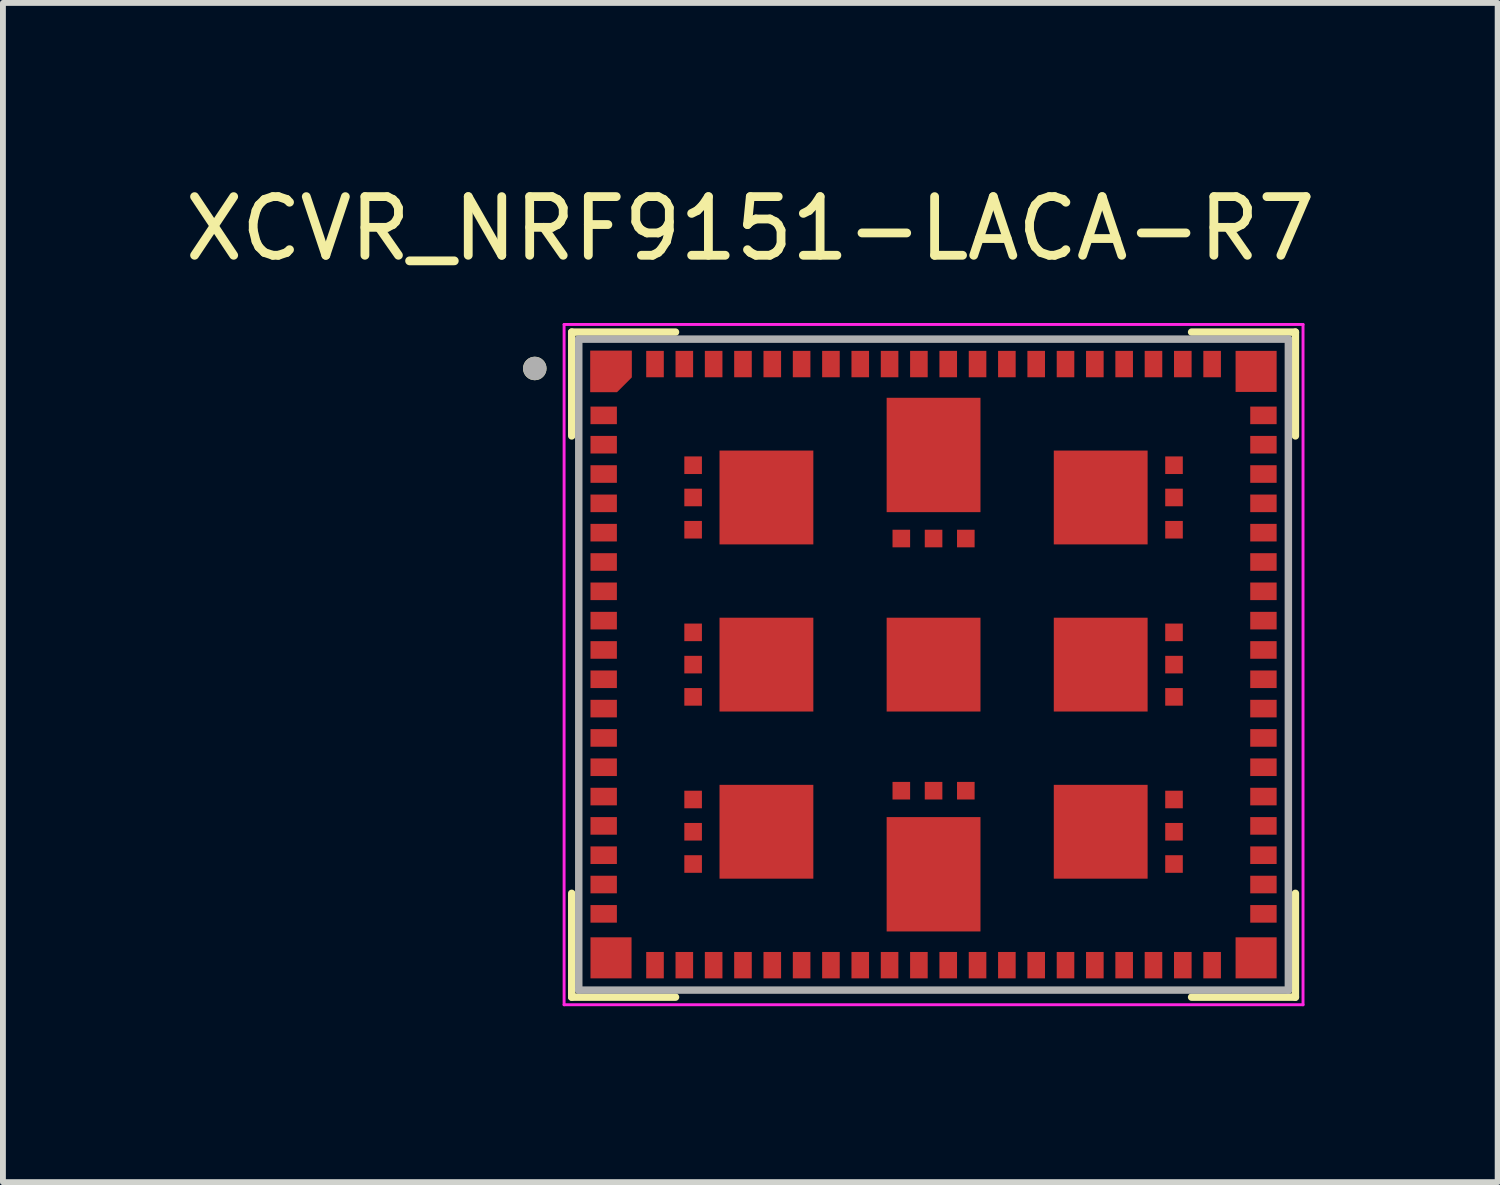
<source format=kicad_pcb>
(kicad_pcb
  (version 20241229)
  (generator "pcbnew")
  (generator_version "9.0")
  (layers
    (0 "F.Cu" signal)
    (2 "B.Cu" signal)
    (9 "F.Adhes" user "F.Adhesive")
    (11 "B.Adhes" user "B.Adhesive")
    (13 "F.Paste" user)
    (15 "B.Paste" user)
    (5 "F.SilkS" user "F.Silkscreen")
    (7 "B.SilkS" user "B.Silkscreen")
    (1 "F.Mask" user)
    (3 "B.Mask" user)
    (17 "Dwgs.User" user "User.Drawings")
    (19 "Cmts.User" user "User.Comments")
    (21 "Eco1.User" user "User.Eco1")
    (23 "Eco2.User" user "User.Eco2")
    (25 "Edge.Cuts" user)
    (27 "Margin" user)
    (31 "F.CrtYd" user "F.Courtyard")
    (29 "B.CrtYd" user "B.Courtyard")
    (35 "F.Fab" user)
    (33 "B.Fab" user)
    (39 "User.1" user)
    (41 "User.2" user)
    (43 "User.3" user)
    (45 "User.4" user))
  (footprint "XCVR_NRF9151-LACA-R7"
    (layer "F.Cu")
    (at 12.869 8.283)
    (property "Reference" "XCVR_NRF9151-LACA-R7" (at -3.125 -7.435 0) (layer "F.SilkS") (effects (font (size 1 1) (thickness 0.15))))
    (attr smd)
    (fp_poly (pts (xy -5.9 -4.45) (xy -5.35 -4.45) (xy -5.35 -4.05) (xy -5.9 -4.05)) (stroke (width 0.01) (type solid)) (fill yes) (layer "F.Mask"))
    (fp_poly (pts (xy -5.9 -3.95) (xy -5.35 -3.95) (xy -5.35 -3.55) (xy -5.9 -3.55)) (stroke (width 0.01) (type solid)) (fill yes) (layer "F.Mask"))
    (fp_poly (pts (xy -5.9 -3.45) (xy -5.35 -3.45) (xy -5.35 -3.05) (xy -5.9 -3.05)) (stroke (width 0.01) (type solid)) (fill yes) (layer "F.Mask"))
    (fp_poly (pts (xy -5.9 -2.95) (xy -5.35 -2.95) (xy -5.35 -2.55) (xy -5.9 -2.55)) (stroke (width 0.01) (type solid)) (fill yes) (layer "F.Mask"))
    (fp_poly (pts (xy -5.9 -2.45) (xy -5.35 -2.45) (xy -5.35 -2.05) (xy -5.9 -2.05)) (stroke (width 0.01) (type solid)) (fill yes) (layer "F.Mask"))
    (fp_poly (pts (xy -5.9 -1.95) (xy -5.35 -1.95) (xy -5.35 -1.55) (xy -5.9 -1.55)) (stroke (width 0.01) (type solid)) (fill yes) (layer "F.Mask"))
    (fp_poly (pts (xy -5.9 -1.45) (xy -5.35 -1.45) (xy -5.35 -1.05) (xy -5.9 -1.05)) (stroke (width 0.01) (type solid)) (fill yes) (layer "F.Mask"))
    (fp_poly (pts (xy -5.9 -0.95) (xy -5.35 -0.95) (xy -5.35 -0.55) (xy -5.9 -0.55)) (stroke (width 0.01) (type solid)) (fill yes) (layer "F.Mask"))
    (fp_poly (pts (xy -5.9 -0.45) (xy -5.35 -0.45) (xy -5.35 -0.05) (xy -5.9 -0.05)) (stroke (width 0.01) (type solid)) (fill yes) (layer "F.Mask"))
    (fp_poly (pts (xy -5.9 0.05) (xy -5.35 0.05) (xy -5.35 0.45) (xy -5.9 0.45)) (stroke (width 0.01) (type solid)) (fill yes) (layer "F.Mask"))
    (fp_poly (pts (xy -5.9 0.55) (xy -5.35 0.55) (xy -5.35 0.95) (xy -5.9 0.95)) (stroke (width 0.01) (type solid)) (fill yes) (layer "F.Mask"))
    (fp_poly (pts (xy -5.9 1.05) (xy -5.35 1.05) (xy -5.35 1.45) (xy -5.9 1.45)) (stroke (width 0.01) (type solid)) (fill yes) (layer "F.Mask"))
    (fp_poly (pts (xy -5.9 1.55) (xy -5.35 1.55) (xy -5.35 1.95) (xy -5.9 1.95)) (stroke (width 0.01) (type solid)) (fill yes) (layer "F.Mask"))
    (fp_poly (pts (xy -5.9 2.05) (xy -5.35 2.05) (xy -5.35 2.45) (xy -5.9 2.45)) (stroke (width 0.01) (type solid)) (fill yes) (layer "F.Mask"))
    (fp_poly (pts (xy -5.9 2.55) (xy -5.35 2.55) (xy -5.35 2.95) (xy -5.9 2.95)) (stroke (width 0.01) (type solid)) (fill yes) (layer "F.Mask"))
    (fp_poly (pts (xy -5.9 3.05) (xy -5.35 3.05) (xy -5.35 3.45) (xy -5.9 3.45)) (stroke (width 0.01) (type solid)) (fill yes) (layer "F.Mask"))
    (fp_poly (pts (xy -5.9 3.55) (xy -5.35 3.55) (xy -5.35 3.95) (xy -5.9 3.95)) (stroke (width 0.01) (type solid)) (fill yes) (layer "F.Mask"))
    (fp_poly (pts (xy -5.9 4.05) (xy -5.35 4.05) (xy -5.35 4.45) (xy -5.9 4.45)) (stroke (width 0.01) (type solid)) (fill yes) (layer "F.Mask"))
    (fp_poly (pts (xy -5.9 4.6) (xy -5.1 4.6) (xy -5.1 5.4) (xy -5.9 5.4)) (stroke (width 0.01) (type solid)) (fill yes) (layer "F.Mask"))
    (fp_poly (pts (xy -4.95 -5.4) (xy -4.55 -5.4) (xy -4.55 -4.85) (xy -4.95 -4.85)) (stroke (width 0.01) (type solid)) (fill yes) (layer "F.Mask"))
    (fp_poly (pts (xy -4.95 4.85) (xy -4.55 4.85) (xy -4.55 5.4) (xy -4.95 5.4)) (stroke (width 0.01) (type solid)) (fill yes) (layer "F.Mask"))
    (fp_poly (pts (xy -4.45 -5.4) (xy -4.05 -5.4) (xy -4.05 -4.85) (xy -4.45 -4.85)) (stroke (width 0.01) (type solid)) (fill yes) (layer "F.Mask"))
    (fp_poly (pts (xy -4.45 4.85) (xy -4.05 4.85) (xy -4.05 5.4) (xy -4.45 5.4)) (stroke (width 0.01) (type solid)) (fill yes) (layer "F.Mask"))
    (fp_poly (pts (xy -4.3 -3.6) (xy -3.9 -3.6) (xy -3.9 -3.2) (xy -4.3 -3.2)) (stroke (width 0.01) (type solid)) (fill yes) (layer "F.Mask"))
    (fp_poly (pts (xy -4.3 -3.05) (xy -3.9 -3.05) (xy -3.9 -2.65) (xy -4.3 -2.65)) (stroke (width 0.01) (type solid)) (fill yes) (layer "F.Mask"))
    (fp_poly (pts (xy -4.3 -2.5) (xy -3.9 -2.5) (xy -3.9 -2.1) (xy -4.3 -2.1)) (stroke (width 0.01) (type solid)) (fill yes) (layer "F.Mask"))
    (fp_poly (pts (xy -4.3 -0.75) (xy -3.9 -0.75) (xy -3.9 -0.35) (xy -4.3 -0.35)) (stroke (width 0.01) (type solid)) (fill yes) (layer "F.Mask"))
    (fp_poly (pts (xy -4.3 -0.2) (xy -3.9 -0.2) (xy -3.9 0.2) (xy -4.3 0.2)) (stroke (width 0.01) (type solid)) (fill yes) (layer "F.Mask"))
    (fp_poly (pts (xy -4.3 0.35) (xy -3.9 0.35) (xy -3.9 0.75) (xy -4.3 0.75)) (stroke (width 0.01) (type solid)) (fill yes) (layer "F.Mask"))
    (fp_poly (pts (xy -4.3 2.1) (xy -3.9 2.1) (xy -3.9 2.5) (xy -4.3 2.5)) (stroke (width 0.01) (type solid)) (fill yes) (layer "F.Mask"))
    (fp_poly (pts (xy -4.3 2.65) (xy -3.9 2.65) (xy -3.9 3.05) (xy -4.3 3.05)) (stroke (width 0.01) (type solid)) (fill yes) (layer "F.Mask"))
    (fp_poly (pts (xy -4.3 3.2) (xy -3.9 3.2) (xy -3.9 3.6) (xy -4.3 3.6)) (stroke (width 0.01) (type solid)) (fill yes) (layer "F.Mask"))
    (fp_poly (pts (xy -3.95 -5.4) (xy -3.55 -5.4) (xy -3.55 -4.85) (xy -3.95 -4.85)) (stroke (width 0.01) (type solid)) (fill yes) (layer "F.Mask"))
    (fp_poly (pts (xy -3.95 4.85) (xy -3.55 4.85) (xy -3.55 5.4) (xy -3.95 5.4)) (stroke (width 0.01) (type solid)) (fill yes) (layer "F.Mask"))
    (fp_poly (pts (xy -3.7 -3.7) (xy -2 -3.7) (xy -2 -2) (xy -3.7 -2)) (stroke (width 0.01) (type solid)) (fill yes) (layer "F.Mask"))
    (fp_poly (pts (xy -3.7 -0.85) (xy -2 -0.85) (xy -2 0.85) (xy -3.7 0.85)) (stroke (width 0.01) (type solid)) (fill yes) (layer "F.Mask"))
    (fp_poly (pts (xy -3.7 2) (xy -2 2) (xy -2 3.7) (xy -3.7 3.7)) (stroke (width 0.01) (type solid)) (fill yes) (layer "F.Mask"))
    (fp_poly (pts (xy -3.45 -5.4) (xy -3.05 -5.4) (xy -3.05 -4.85) (xy -3.45 -4.85)) (stroke (width 0.01) (type solid)) (fill yes) (layer "F.Mask"))
    (fp_poly (pts (xy -3.45 4.85) (xy -3.05 4.85) (xy -3.05 5.4) (xy -3.45 5.4)) (stroke (width 0.01) (type solid)) (fill yes) (layer "F.Mask"))
    (fp_poly (pts (xy -2.95 -5.4) (xy -2.55 -5.4) (xy -2.55 -4.85) (xy -2.95 -4.85)) (stroke (width 0.01) (type solid)) (fill yes) (layer "F.Mask"))
    (fp_poly (pts (xy -2.95 4.85) (xy -2.55 4.85) (xy -2.55 5.4) (xy -2.95 5.4)) (stroke (width 0.01) (type solid)) (fill yes) (layer "F.Mask"))
    (fp_poly (pts (xy -2.45 -5.4) (xy -2.05 -5.4) (xy -2.05 -4.85) (xy -2.45 -4.85)) (stroke (width 0.01) (type solid)) (fill yes) (layer "F.Mask"))
    (fp_poly (pts (xy -2.45 4.85) (xy -2.05 4.85) (xy -2.05 5.4) (xy -2.45 5.4)) (stroke (width 0.01) (type solid)) (fill yes) (layer "F.Mask"))
    (fp_poly (pts (xy -1.95 -5.4) (xy -1.55 -5.4) (xy -1.55 -4.85) (xy -1.95 -4.85)) (stroke (width 0.01) (type solid)) (fill yes) (layer "F.Mask"))
    (fp_poly (pts (xy -1.95 4.85) (xy -1.55 4.85) (xy -1.55 5.4) (xy -1.95 5.4)) (stroke (width 0.01) (type solid)) (fill yes) (layer "F.Mask"))
    (fp_poly (pts (xy -1.45 -5.4) (xy -1.05 -5.4) (xy -1.05 -4.85) (xy -1.45 -4.85)) (stroke (width 0.01) (type solid)) (fill yes) (layer "F.Mask"))
    (fp_poly (pts (xy -1.45 4.85) (xy -1.05 4.85) (xy -1.05 5.4) (xy -1.45 5.4)) (stroke (width 0.01) (type solid)) (fill yes) (layer "F.Mask"))
    (fp_poly (pts (xy -0.95 -5.4) (xy -0.55 -5.4) (xy -0.55 -4.85) (xy -0.95 -4.85)) (stroke (width 0.01) (type solid)) (fill yes) (layer "F.Mask"))
    (fp_poly (pts (xy -0.95 4.85) (xy -0.55 4.85) (xy -0.55 5.4) (xy -0.95 5.4)) (stroke (width 0.01) (type solid)) (fill yes) (layer "F.Mask"))
    (fp_poly (pts (xy -0.85 -4.6) (xy 0.85 -4.6) (xy 0.85 -2.55) (xy -0.85 -2.55)) (stroke (width 0.01) (type solid)) (fill yes) (layer "F.Mask"))
    (fp_poly (pts (xy -0.85 -0.85) (xy 0.85 -0.85) (xy 0.85 0.85) (xy -0.85 0.85)) (stroke (width 0.01) (type solid)) (fill yes) (layer "F.Mask"))
    (fp_poly (pts (xy -0.85 2.55) (xy 0.85 2.55) (xy 0.85 4.6) (xy -0.85 4.6)) (stroke (width 0.01) (type solid)) (fill yes) (layer "F.Mask"))
    (fp_poly (pts (xy -0.75 -2.35) (xy -0.35 -2.35) (xy -0.35 -1.95) (xy -0.75 -1.95)) (stroke (width 0.01) (type solid)) (fill yes) (layer "F.Mask"))
    (fp_poly (pts (xy -0.75 1.95) (xy -0.35 1.95) (xy -0.35 2.35) (xy -0.75 2.35)) (stroke (width 0.01) (type solid)) (fill yes) (layer "F.Mask"))
    (fp_poly (pts (xy -0.45 -5.4) (xy -0.05 -5.4) (xy -0.05 -4.85) (xy -0.45 -4.85)) (stroke (width 0.01) (type solid)) (fill yes) (layer "F.Mask"))
    (fp_poly (pts (xy -0.45 4.85) (xy -0.05 4.85) (xy -0.05 5.4) (xy -0.45 5.4)) (stroke (width 0.01) (type solid)) (fill yes) (layer "F.Mask"))
    (fp_poly (pts (xy -0.2 -2.35) (xy 0.2 -2.35) (xy 0.2 -1.95) (xy -0.2 -1.95)) (stroke (width 0.01) (type solid)) (fill yes) (layer "F.Mask"))
    (fp_poly (pts (xy -0.2 1.95) (xy 0.2 1.95) (xy 0.2 2.35) (xy -0.2 2.35)) (stroke (width 0.01) (type solid)) (fill yes) (layer "F.Mask"))
    (fp_poly (pts (xy 0.05 -5.4) (xy 0.45 -5.4) (xy 0.45 -4.85) (xy 0.05 -4.85)) (stroke (width 0.01) (type solid)) (fill yes) (layer "F.Mask"))
    (fp_poly (pts (xy 0.05 4.85) (xy 0.45 4.85) (xy 0.45 5.4) (xy 0.05 5.4)) (stroke (width 0.01) (type solid)) (fill yes) (layer "F.Mask"))
    (fp_poly (pts (xy 0.35 -2.35) (xy 0.75 -2.35) (xy 0.75 -1.95) (xy 0.35 -1.95)) (stroke (width 0.01) (type solid)) (fill yes) (layer "F.Mask"))
    (fp_poly (pts (xy 0.35 1.95) (xy 0.75 1.95) (xy 0.75 2.35) (xy 0.35 2.35)) (stroke (width 0.01) (type solid)) (fill yes) (layer "F.Mask"))
    (fp_poly (pts (xy 0.55 -5.4) (xy 0.95 -5.4) (xy 0.95 -4.85) (xy 0.55 -4.85)) (stroke (width 0.01) (type solid)) (fill yes) (layer "F.Mask"))
    (fp_poly (pts (xy 0.55 4.85) (xy 0.95 4.85) (xy 0.95 5.4) (xy 0.55 5.4)) (stroke (width 0.01) (type solid)) (fill yes) (layer "F.Mask"))
    (fp_poly (pts (xy 1.05 -5.4) (xy 1.45 -5.4) (xy 1.45 -4.85) (xy 1.05 -4.85)) (stroke (width 0.01) (type solid)) (fill yes) (layer "F.Mask"))
    (fp_poly (pts (xy 1.05 4.85) (xy 1.45 4.85) (xy 1.45 5.4) (xy 1.05 5.4)) (stroke (width 0.01) (type solid)) (fill yes) (layer "F.Mask"))
    (fp_poly (pts (xy 1.55 -5.4) (xy 1.95 -5.4) (xy 1.95 -4.85) (xy 1.55 -4.85)) (stroke (width 0.01) (type solid)) (fill yes) (layer "F.Mask"))
    (fp_poly (pts (xy 1.55 4.85) (xy 1.95 4.85) (xy 1.95 5.4) (xy 1.55 5.4)) (stroke (width 0.01) (type solid)) (fill yes) (layer "F.Mask"))
    (fp_poly (pts (xy 2 -3.7) (xy 3.7 -3.7) (xy 3.7 -2) (xy 2 -2)) (stroke (width 0.01) (type solid)) (fill yes) (layer "F.Mask"))
    (fp_poly (pts (xy 2 -0.85) (xy 3.7 -0.85) (xy 3.7 0.85) (xy 2 0.85)) (stroke (width 0.01) (type solid)) (fill yes) (layer "F.Mask"))
    (fp_poly (pts (xy 2 2) (xy 3.7 2) (xy 3.7 3.7) (xy 2 3.7)) (stroke (width 0.01) (type solid)) (fill yes) (layer "F.Mask"))
    (fp_poly (pts (xy 2.05 -5.4) (xy 2.45 -5.4) (xy 2.45 -4.85) (xy 2.05 -4.85)) (stroke (width 0.01) (type solid)) (fill yes) (layer "F.Mask"))
    (fp_poly (pts (xy 2.05 4.85) (xy 2.45 4.85) (xy 2.45 5.4) (xy 2.05 5.4)) (stroke (width 0.01) (type solid)) (fill yes) (layer "F.Mask"))
    (fp_poly (pts (xy 2.55 -5.4) (xy 2.95 -5.4) (xy 2.95 -4.85) (xy 2.55 -4.85)) (stroke (width 0.01) (type solid)) (fill yes) (layer "F.Mask"))
    (fp_poly (pts (xy 2.55 4.85) (xy 2.95 4.85) (xy 2.95 5.4) (xy 2.55 5.4)) (stroke (width 0.01) (type solid)) (fill yes) (layer "F.Mask"))
    (fp_poly (pts (xy 3.05 -5.4) (xy 3.45 -5.4) (xy 3.45 -4.85) (xy 3.05 -4.85)) (stroke (width 0.01) (type solid)) (fill yes) (layer "F.Mask"))
    (fp_poly (pts (xy 3.05 4.85) (xy 3.45 4.85) (xy 3.45 5.4) (xy 3.05 5.4)) (stroke (width 0.01) (type solid)) (fill yes) (layer "F.Mask"))
    (fp_poly (pts (xy 3.55 -5.4) (xy 3.95 -5.4) (xy 3.95 -4.85) (xy 3.55 -4.85)) (stroke (width 0.01) (type solid)) (fill yes) (layer "F.Mask"))
    (fp_poly (pts (xy 3.55 4.85) (xy 3.95 4.85) (xy 3.95 5.4) (xy 3.55 5.4)) (stroke (width 0.01) (type solid)) (fill yes) (layer "F.Mask"))
    (fp_poly (pts (xy 3.9 -3.6) (xy 4.3 -3.6) (xy 4.3 -3.2) (xy 3.9 -3.2)) (stroke (width 0.01) (type solid)) (fill yes) (layer "F.Mask"))
    (fp_poly (pts (xy 3.9 -3.05) (xy 4.3 -3.05) (xy 4.3 -2.65) (xy 3.9 -2.65)) (stroke (width 0.01) (type solid)) (fill yes) (layer "F.Mask"))
    (fp_poly (pts (xy 3.9 -2.5) (xy 4.3 -2.5) (xy 4.3 -2.1) (xy 3.9 -2.1)) (stroke (width 0.01) (type solid)) (fill yes) (layer "F.Mask"))
    (fp_poly (pts (xy 3.9 -0.75) (xy 4.3 -0.75) (xy 4.3 -0.35) (xy 3.9 -0.35)) (stroke (width 0.01) (type solid)) (fill yes) (layer "F.Mask"))
    (fp_poly (pts (xy 3.9 -0.2) (xy 4.3 -0.2) (xy 4.3 0.2) (xy 3.9 0.2)) (stroke (width 0.01) (type solid)) (fill yes) (layer "F.Mask"))
    (fp_poly (pts (xy 3.9 0.35) (xy 4.3 0.35) (xy 4.3 0.75) (xy 3.9 0.75)) (stroke (width 0.01) (type solid)) (fill yes) (layer "F.Mask"))
    (fp_poly (pts (xy 3.9 2.1) (xy 4.3 2.1) (xy 4.3 2.5) (xy 3.9 2.5)) (stroke (width 0.01) (type solid)) (fill yes) (layer "F.Mask"))
    (fp_poly (pts (xy 3.9 2.65) (xy 4.3 2.65) (xy 4.3 3.05) (xy 3.9 3.05)) (stroke (width 0.01) (type solid)) (fill yes) (layer "F.Mask"))
    (fp_poly (pts (xy 3.9 3.2) (xy 4.3 3.2) (xy 4.3 3.6) (xy 3.9 3.6)) (stroke (width 0.01) (type solid)) (fill yes) (layer "F.Mask"))
    (fp_poly (pts (xy 4.05 -5.4) (xy 4.45 -5.4) (xy 4.45 -4.85) (xy 4.05 -4.85)) (stroke (width 0.01) (type solid)) (fill yes) (layer "F.Mask"))
    (fp_poly (pts (xy 4.05 4.85) (xy 4.45 4.85) (xy 4.45 5.4) (xy 4.05 5.4)) (stroke (width 0.01) (type solid)) (fill yes) (layer "F.Mask"))
    (fp_poly (pts (xy 4.55 -5.4) (xy 4.95 -5.4) (xy 4.95 -4.85) (xy 4.55 -4.85)) (stroke (width 0.01) (type solid)) (fill yes) (layer "F.Mask"))
    (fp_poly (pts (xy 4.55 4.85) (xy 4.95 4.85) (xy 4.95 5.4) (xy 4.55 5.4)) (stroke (width 0.01) (type solid)) (fill yes) (layer "F.Mask"))
    (fp_poly (pts (xy 5.1 -5.4) (xy 5.9 -5.4) (xy 5.9 -4.6) (xy 5.1 -4.6)) (stroke (width 0.01) (type solid)) (fill yes) (layer "F.Mask"))
    (fp_poly (pts (xy 5.1 4.6) (xy 5.9 4.6) (xy 5.9 5.4) (xy 5.1 5.4)) (stroke (width 0.01) (type solid)) (fill yes) (layer "F.Mask"))
    (fp_poly (pts (xy 5.35 -4.45) (xy 5.9 -4.45) (xy 5.9 -4.05) (xy 5.35 -4.05)) (stroke (width 0.01) (type solid)) (fill yes) (layer "F.Mask"))
    (fp_poly (pts (xy 5.35 -3.95) (xy 5.9 -3.95) (xy 5.9 -3.55) (xy 5.35 -3.55)) (stroke (width 0.01) (type solid)) (fill yes) (layer "F.Mask"))
    (fp_poly (pts (xy 5.35 -3.45) (xy 5.9 -3.45) (xy 5.9 -3.05) (xy 5.35 -3.05)) (stroke (width 0.01) (type solid)) (fill yes) (layer "F.Mask"))
    (fp_poly (pts (xy 5.35 -2.95) (xy 5.9 -2.95) (xy 5.9 -2.55) (xy 5.35 -2.55)) (stroke (width 0.01) (type solid)) (fill yes) (layer "F.Mask"))
    (fp_poly (pts (xy 5.35 -2.45) (xy 5.9 -2.45) (xy 5.9 -2.05) (xy 5.35 -2.05)) (stroke (width 0.01) (type solid)) (fill yes) (layer "F.Mask"))
    (fp_poly (pts (xy 5.35 -1.95) (xy 5.9 -1.95) (xy 5.9 -1.55) (xy 5.35 -1.55)) (stroke (width 0.01) (type solid)) (fill yes) (layer "F.Mask"))
    (fp_poly (pts (xy 5.35 -1.45) (xy 5.9 -1.45) (xy 5.9 -1.05) (xy 5.35 -1.05)) (stroke (width 0.01) (type solid)) (fill yes) (layer "F.Mask"))
    (fp_poly (pts (xy 5.35 -0.95) (xy 5.9 -0.95) (xy 5.9 -0.55) (xy 5.35 -0.55)) (stroke (width 0.01) (type solid)) (fill yes) (layer "F.Mask"))
    (fp_poly (pts (xy 5.35 -0.45) (xy 5.9 -0.45) (xy 5.9 -0.05) (xy 5.35 -0.05)) (stroke (width 0.01) (type solid)) (fill yes) (layer "F.Mask"))
    (fp_poly (pts (xy 5.35 0.05) (xy 5.9 0.05) (xy 5.9 0.45) (xy 5.35 0.45)) (stroke (width 0.01) (type solid)) (fill yes) (layer "F.Mask"))
    (fp_poly (pts (xy 5.35 0.55) (xy 5.9 0.55) (xy 5.9 0.95) (xy 5.35 0.95)) (stroke (width 0.01) (type solid)) (fill yes) (layer "F.Mask"))
    (fp_poly (pts (xy 5.35 1.05) (xy 5.9 1.05) (xy 5.9 1.45) (xy 5.35 1.45)) (stroke (width 0.01) (type solid)) (fill yes) (layer "F.Mask"))
    (fp_poly (pts (xy 5.35 1.55) (xy 5.9 1.55) (xy 5.9 1.95) (xy 5.35 1.95)) (stroke (width 0.01) (type solid)) (fill yes) (layer "F.Mask"))
    (fp_poly (pts (xy 5.35 2.05) (xy 5.9 2.05) (xy 5.9 2.45) (xy 5.35 2.45)) (stroke (width 0.01) (type solid)) (fill yes) (layer "F.Mask"))
    (fp_poly (pts (xy 5.35 2.55) (xy 5.9 2.55) (xy 5.9 2.95) (xy 5.35 2.95)) (stroke (width 0.01) (type solid)) (fill yes) (layer "F.Mask"))
    (fp_poly (pts (xy 5.35 3.05) (xy 5.9 3.05) (xy 5.9 3.45) (xy 5.35 3.45)) (stroke (width 0.01) (type solid)) (fill yes) (layer "F.Mask"))
    (fp_poly (pts (xy 5.35 3.55) (xy 5.9 3.55) (xy 5.9 3.95) (xy 5.35 3.95)) (stroke (width 0.01) (type solid)) (fill yes) (layer "F.Mask"))
    (fp_poly (pts (xy 5.35 4.05) (xy 5.9 4.05) (xy 5.9 4.45) (xy 5.35 4.45)) (stroke (width 0.01) (type solid)) (fill yes) (layer "F.Mask"))
    (fp_poly (pts (xy -5.1 -5.4) (xy -5.9 -5.4) (xy -5.9 -4.6) (xy -5.378 -4.6) (xy -5.1 -4.878)) (stroke (width 0.01) (type solid)) (fill yes) (layer "F.Mask"))
    (fp_line (start -6.17 -5.67) (end -6.17 -3.9) (stroke (width 0.127) (type solid)) (layer "F.SilkS"))
    (fp_line (start -6.17 -5.67) (end -4.4 -5.67) (stroke (width 0.127) (type solid)) (layer "F.SilkS"))
    (fp_line (start -6.17 5.67) (end -6.17 3.9) (stroke (width 0.127) (type solid)) (layer "F.SilkS"))
    (fp_line (start -4.4 5.67) (end -6.17 5.67) (stroke (width 0.127) (type solid)) (layer "F.SilkS"))
    (fp_line (start 4.4 -5.67) (end 6.17 -5.67) (stroke (width 0.127) (type solid)) (layer "F.SilkS"))
    (fp_line (start 4.4 5.67) (end 6.17 5.67) (stroke (width 0.127) (type solid)) (layer "F.SilkS"))
    (fp_line (start 6.17 -5.67) (end 6.17 -3.9) (stroke (width 0.127) (type solid)) (layer "F.SilkS"))
    (fp_line (start 6.17 5.67) (end 6.17 3.9) (stroke (width 0.127) (type solid)) (layer "F.SilkS"))
    (fp_circle (center -6.8 -5.05) (end -6.7 -5.05) (stroke (width 0.2) (type solid)) (fill no) (layer "F.SilkS"))
    (fp_poly (pts (xy -5.85 -4.375) (xy -5.4 -4.375) (xy -5.4 -4.125) (xy -5.85 -4.125)) (stroke (width 0.01) (type solid)) (fill yes) (layer "F.Paste"))
    (fp_poly (pts (xy -5.85 -3.875) (xy -5.4 -3.875) (xy -5.4 -3.625) (xy -5.85 -3.625)) (stroke (width 0.01) (type solid)) (fill yes) (layer "F.Paste"))
    (fp_poly (pts (xy -5.85 -3.375) (xy -5.4 -3.375) (xy -5.4 -3.125) (xy -5.85 -3.125)) (stroke (width 0.01) (type solid)) (fill yes) (layer "F.Paste"))
    (fp_poly (pts (xy -5.85 -2.875) (xy -5.4 -2.875) (xy -5.4 -2.625) (xy -5.85 -2.625)) (stroke (width 0.01) (type solid)) (fill yes) (layer "F.Paste"))
    (fp_poly (pts (xy -5.85 -2.375) (xy -5.4 -2.375) (xy -5.4 -2.125) (xy -5.85 -2.125)) (stroke (width 0.01) (type solid)) (fill yes) (layer "F.Paste"))
    (fp_poly (pts (xy -5.85 -1.875) (xy -5.4 -1.875) (xy -5.4 -1.625) (xy -5.85 -1.625)) (stroke (width 0.01) (type solid)) (fill yes) (layer "F.Paste"))
    (fp_poly (pts (xy -5.85 -1.375) (xy -5.4 -1.375) (xy -5.4 -1.125) (xy -5.85 -1.125)) (stroke (width 0.01) (type solid)) (fill yes) (layer "F.Paste"))
    (fp_poly (pts (xy -5.85 -0.875) (xy -5.4 -0.875) (xy -5.4 -0.625) (xy -5.85 -0.625)) (stroke (width 0.01) (type solid)) (fill yes) (layer "F.Paste"))
    (fp_poly (pts (xy -5.85 -0.375) (xy -5.4 -0.375) (xy -5.4 -0.125) (xy -5.85 -0.125)) (stroke (width 0.01) (type solid)) (fill yes) (layer "F.Paste"))
    (fp_poly (pts (xy -5.85 0.125) (xy -5.4 0.125) (xy -5.4 0.375) (xy -5.85 0.375)) (stroke (width 0.01) (type solid)) (fill yes) (layer "F.Paste"))
    (fp_poly (pts (xy -5.85 0.625) (xy -5.4 0.625) (xy -5.4 0.875) (xy -5.85 0.875)) (stroke (width 0.01) (type solid)) (fill yes) (layer "F.Paste"))
    (fp_poly (pts (xy -5.85 1.125) (xy -5.4 1.125) (xy -5.4 1.375) (xy -5.85 1.375)) (stroke (width 0.01) (type solid)) (fill yes) (layer "F.Paste"))
    (fp_poly (pts (xy -5.85 1.625) (xy -5.4 1.625) (xy -5.4 1.875) (xy -5.85 1.875)) (stroke (width 0.01) (type solid)) (fill yes) (layer "F.Paste"))
    (fp_poly (pts (xy -5.85 2.125) (xy -5.4 2.125) (xy -5.4 2.375) (xy -5.85 2.375)) (stroke (width 0.01) (type solid)) (fill yes) (layer "F.Paste"))
    (fp_poly (pts (xy -5.85 2.625) (xy -5.4 2.625) (xy -5.4 2.875) (xy -5.85 2.875)) (stroke (width 0.01) (type solid)) (fill yes) (layer "F.Paste"))
    (fp_poly (pts (xy -5.85 3.125) (xy -5.4 3.125) (xy -5.4 3.375) (xy -5.85 3.375)) (stroke (width 0.01) (type solid)) (fill yes) (layer "F.Paste"))
    (fp_poly (pts (xy -5.85 3.625) (xy -5.4 3.625) (xy -5.4 3.875) (xy -5.85 3.875)) (stroke (width 0.01) (type solid)) (fill yes) (layer "F.Paste"))
    (fp_poly (pts (xy -5.85 4.125) (xy -5.4 4.125) (xy -5.4 4.375) (xy -5.85 4.375)) (stroke (width 0.01) (type solid)) (fill yes) (layer "F.Paste"))
    (fp_poly (pts (xy -5.805 4.695) (xy -5.195 4.695) (xy -5.195 5.305) (xy -5.805 5.305)) (stroke (width 0.01) (type solid)) (fill yes) (layer "F.Paste"))
    (fp_poly (pts (xy -4.875 -5.35) (xy -4.625 -5.35) (xy -4.625 -4.9) (xy -4.875 -4.9)) (stroke (width 0.01) (type solid)) (fill yes) (layer "F.Paste"))
    (fp_poly (pts (xy -4.875 4.9) (xy -4.625 4.9) (xy -4.625 5.35) (xy -4.875 5.35)) (stroke (width 0.01) (type solid)) (fill yes) (layer "F.Paste"))
    (fp_poly (pts (xy -4.375 -5.35) (xy -4.125 -5.35) (xy -4.125 -4.9) (xy -4.375 -4.9)) (stroke (width 0.01) (type solid)) (fill yes) (layer "F.Paste"))
    (fp_poly (pts (xy -4.375 4.9) (xy -4.125 4.9) (xy -4.125 5.35) (xy -4.375 5.35)) (stroke (width 0.01) (type solid)) (fill yes) (layer "F.Paste"))
    (fp_poly (pts (xy -4.23 -3.53) (xy -3.97 -3.53) (xy -3.97 -3.27) (xy -4.23 -3.27)) (stroke (width 0.01) (type solid)) (fill yes) (layer "F.Paste"))
    (fp_poly (pts (xy -4.23 -2.98) (xy -3.97 -2.98) (xy -3.97 -2.72) (xy -4.23 -2.72)) (stroke (width 0.01) (type solid)) (fill yes) (layer "F.Paste"))
    (fp_poly (pts (xy -4.23 -2.43) (xy -3.97 -2.43) (xy -3.97 -2.17) (xy -4.23 -2.17)) (stroke (width 0.01) (type solid)) (fill yes) (layer "F.Paste"))
    (fp_poly (pts (xy -4.23 -0.68) (xy -3.97 -0.68) (xy -3.97 -0.42) (xy -4.23 -0.42)) (stroke (width 0.01) (type solid)) (fill yes) (layer "F.Paste"))
    (fp_poly (pts (xy -4.23 -0.13) (xy -3.97 -0.13) (xy -3.97 0.13) (xy -4.23 0.13)) (stroke (width 0.01) (type solid)) (fill yes) (layer "F.Paste"))
    (fp_poly (pts (xy -4.23 0.42) (xy -3.97 0.42) (xy -3.97 0.68) (xy -4.23 0.68)) (stroke (width 0.01) (type solid)) (fill yes) (layer "F.Paste"))
    (fp_poly (pts (xy -4.23 2.17) (xy -3.97 2.17) (xy -3.97 2.43) (xy -4.23 2.43)) (stroke (width 0.01) (type solid)) (fill yes) (layer "F.Paste"))
    (fp_poly (pts (xy -4.23 2.72) (xy -3.97 2.72) (xy -3.97 2.98) (xy -4.23 2.98)) (stroke (width 0.01) (type solid)) (fill yes) (layer "F.Paste"))
    (fp_poly (pts (xy -4.23 3.27) (xy -3.97 3.27) (xy -3.97 3.53) (xy -4.23 3.53)) (stroke (width 0.01) (type solid)) (fill yes) (layer "F.Paste"))
    (fp_poly (pts (xy -3.875 -5.35) (xy -3.625 -5.35) (xy -3.625 -4.9) (xy -3.875 -4.9)) (stroke (width 0.01) (type solid)) (fill yes) (layer "F.Paste"))
    (fp_poly (pts (xy -3.875 4.9) (xy -3.625 4.9) (xy -3.625 5.35) (xy -3.875 5.35)) (stroke (width 0.01) (type solid)) (fill yes) (layer "F.Paste"))
    (fp_poly (pts (xy -3.545 -3.545) (xy -2.155 -3.545) (xy -2.155 -2.155) (xy -3.545 -2.155)) (stroke (width 0.01) (type solid)) (fill yes) (layer "F.Paste"))
    (fp_poly (pts (xy -3.545 -0.695) (xy -2.155 -0.695) (xy -2.155 0.695) (xy -3.545 0.695)) (stroke (width 0.01) (type solid)) (fill yes) (layer "F.Paste"))
    (fp_poly (pts (xy -3.545 2.155) (xy -2.155 2.155) (xy -2.155 3.545) (xy -3.545 3.545)) (stroke (width 0.01) (type solid)) (fill yes) (layer "F.Paste"))
    (fp_poly (pts (xy -3.375 -5.35) (xy -3.125 -5.35) (xy -3.125 -4.9) (xy -3.375 -4.9)) (stroke (width 0.01) (type solid)) (fill yes) (layer "F.Paste"))
    (fp_poly (pts (xy -3.375 4.9) (xy -3.125 4.9) (xy -3.125 5.35) (xy -3.375 5.35)) (stroke (width 0.01) (type solid)) (fill yes) (layer "F.Paste"))
    (fp_poly (pts (xy -2.875 -5.35) (xy -2.625 -5.35) (xy -2.625 -4.9) (xy -2.875 -4.9)) (stroke (width 0.01) (type solid)) (fill yes) (layer "F.Paste"))
    (fp_poly (pts (xy -2.875 4.9) (xy -2.625 4.9) (xy -2.625 5.35) (xy -2.875 5.35)) (stroke (width 0.01) (type solid)) (fill yes) (layer "F.Paste"))
    (fp_poly (pts (xy -2.375 -5.35) (xy -2.125 -5.35) (xy -2.125 -4.9) (xy -2.375 -4.9)) (stroke (width 0.01) (type solid)) (fill yes) (layer "F.Paste"))
    (fp_poly (pts (xy -2.375 4.9) (xy -2.125 4.9) (xy -2.125 5.35) (xy -2.375 5.35)) (stroke (width 0.01) (type solid)) (fill yes) (layer "F.Paste"))
    (fp_poly (pts (xy -1.875 -5.35) (xy -1.625 -5.35) (xy -1.625 -4.9) (xy -1.875 -4.9)) (stroke (width 0.01) (type solid)) (fill yes) (layer "F.Paste"))
    (fp_poly (pts (xy -1.875 4.9) (xy -1.625 4.9) (xy -1.625 5.35) (xy -1.875 5.35)) (stroke (width 0.01) (type solid)) (fill yes) (layer "F.Paste"))
    (fp_poly (pts (xy -1.375 -5.35) (xy -1.125 -5.35) (xy -1.125 -4.9) (xy -1.375 -4.9)) (stroke (width 0.01) (type solid)) (fill yes) (layer "F.Paste"))
    (fp_poly (pts (xy -1.375 4.9) (xy -1.125 4.9) (xy -1.125 5.35) (xy -1.375 5.35)) (stroke (width 0.01) (type solid)) (fill yes) (layer "F.Paste"))
    (fp_poly (pts (xy -0.875 -5.35) (xy -0.625 -5.35) (xy -0.625 -4.9) (xy -0.875 -4.9)) (stroke (width 0.01) (type solid)) (fill yes) (layer "F.Paste"))
    (fp_poly (pts (xy -0.875 4.9) (xy -0.625 4.9) (xy -0.625 5.35) (xy -0.875 5.35)) (stroke (width 0.01) (type solid)) (fill yes) (layer "F.Paste"))
    (fp_poly (pts (xy -0.695 -0.695) (xy 0.695 -0.695) (xy 0.695 0.695) (xy -0.695 0.695)) (stroke (width 0.01) (type solid)) (fill yes) (layer "F.Paste"))
    (fp_poly (pts (xy -0.68 -2.28) (xy -0.42 -2.28) (xy -0.42 -2.02) (xy -0.68 -2.02)) (stroke (width 0.01) (type solid)) (fill yes) (layer "F.Paste"))
    (fp_poly (pts (xy -0.68 2.02) (xy -0.42 2.02) (xy -0.42 2.28) (xy -0.68 2.28)) (stroke (width 0.01) (type solid)) (fill yes) (layer "F.Paste"))
    (fp_poly (pts (xy -0.675 -4.45) (xy 0.675 -4.45) (xy 0.675 -2.7) (xy -0.675 -2.7)) (stroke (width 0.01) (type solid)) (fill yes) (layer "F.Paste"))
    (fp_poly (pts (xy -0.675 2.7) (xy 0.675 2.7) (xy 0.675 4.45) (xy -0.675 4.45)) (stroke (width 0.01) (type solid)) (fill yes) (layer "F.Paste"))
    (fp_poly (pts (xy -0.375 -5.35) (xy -0.125 -5.35) (xy -0.125 -4.9) (xy -0.375 -4.9)) (stroke (width 0.01) (type solid)) (fill yes) (layer "F.Paste"))
    (fp_poly (pts (xy -0.375 4.9) (xy -0.125 4.9) (xy -0.125 5.35) (xy -0.375 5.35)) (stroke (width 0.01) (type solid)) (fill yes) (layer "F.Paste"))
    (fp_poly (pts (xy -0.13 -2.28) (xy 0.13 -2.28) (xy 0.13 -2.02) (xy -0.13 -2.02)) (stroke (width 0.01) (type solid)) (fill yes) (layer "F.Paste"))
    (fp_poly (pts (xy -0.13 2.02) (xy 0.13 2.02) (xy 0.13 2.28) (xy -0.13 2.28)) (stroke (width 0.01) (type solid)) (fill yes) (layer "F.Paste"))
    (fp_poly (pts (xy 0.125 -5.35) (xy 0.375 -5.35) (xy 0.375 -4.9) (xy 0.125 -4.9)) (stroke (width 0.01) (type solid)) (fill yes) (layer "F.Paste"))
    (fp_poly (pts (xy 0.125 4.9) (xy 0.375 4.9) (xy 0.375 5.35) (xy 0.125 5.35)) (stroke (width 0.01) (type solid)) (fill yes) (layer "F.Paste"))
    (fp_poly (pts (xy 0.42 -2.28) (xy 0.68 -2.28) (xy 0.68 -2.02) (xy 0.42 -2.02)) (stroke (width 0.01) (type solid)) (fill yes) (layer "F.Paste"))
    (fp_poly (pts (xy 0.42 2.02) (xy 0.68 2.02) (xy 0.68 2.28) (xy 0.42 2.28)) (stroke (width 0.01) (type solid)) (fill yes) (layer "F.Paste"))
    (fp_poly (pts (xy 0.625 -5.35) (xy 0.875 -5.35) (xy 0.875 -4.9) (xy 0.625 -4.9)) (stroke (width 0.01) (type solid)) (fill yes) (layer "F.Paste"))
    (fp_poly (pts (xy 0.625 4.9) (xy 0.875 4.9) (xy 0.875 5.35) (xy 0.625 5.35)) (stroke (width 0.01) (type solid)) (fill yes) (layer "F.Paste"))
    (fp_poly (pts (xy 1.125 -5.35) (xy 1.375 -5.35) (xy 1.375 -4.9) (xy 1.125 -4.9)) (stroke (width 0.01) (type solid)) (fill yes) (layer "F.Paste"))
    (fp_poly (pts (xy 1.125 4.9) (xy 1.375 4.9) (xy 1.375 5.35) (xy 1.125 5.35)) (stroke (width 0.01) (type solid)) (fill yes) (layer "F.Paste"))
    (fp_poly (pts (xy 1.625 -5.35) (xy 1.875 -5.35) (xy 1.875 -4.9) (xy 1.625 -4.9)) (stroke (width 0.01) (type solid)) (fill yes) (layer "F.Paste"))
    (fp_poly (pts (xy 1.625 4.9) (xy 1.875 4.9) (xy 1.875 5.35) (xy 1.625 5.35)) (stroke (width 0.01) (type solid)) (fill yes) (layer "F.Paste"))
    (fp_poly (pts (xy 2.125 -5.35) (xy 2.375 -5.35) (xy 2.375 -4.9) (xy 2.125 -4.9)) (stroke (width 0.01) (type solid)) (fill yes) (layer "F.Paste"))
    (fp_poly (pts (xy 2.125 4.9) (xy 2.375 4.9) (xy 2.375 5.35) (xy 2.125 5.35)) (stroke (width 0.01) (type solid)) (fill yes) (layer "F.Paste"))
    (fp_poly (pts (xy 2.155 -3.545) (xy 3.545 -3.545) (xy 3.545 -2.155) (xy 2.155 -2.155)) (stroke (width 0.01) (type solid)) (fill yes) (layer "F.Paste"))
    (fp_poly (pts (xy 2.155 -0.695) (xy 3.545 -0.695) (xy 3.545 0.695) (xy 2.155 0.695)) (stroke (width 0.01) (type solid)) (fill yes) (layer "F.Paste"))
    (fp_poly (pts (xy 2.155 2.155) (xy 3.545 2.155) (xy 3.545 3.545) (xy 2.155 3.545)) (stroke (width 0.01) (type solid)) (fill yes) (layer "F.Paste"))
    (fp_poly (pts (xy 2.625 -5.35) (xy 2.875 -5.35) (xy 2.875 -4.9) (xy 2.625 -4.9)) (stroke (width 0.01) (type solid)) (fill yes) (layer "F.Paste"))
    (fp_poly (pts (xy 2.625 4.9) (xy 2.875 4.9) (xy 2.875 5.35) (xy 2.625 5.35)) (stroke (width 0.01) (type solid)) (fill yes) (layer "F.Paste"))
    (fp_poly (pts (xy 3.125 -5.35) (xy 3.375 -5.35) (xy 3.375 -4.9) (xy 3.125 -4.9)) (stroke (width 0.01) (type solid)) (fill yes) (layer "F.Paste"))
    (fp_poly (pts (xy 3.125 4.9) (xy 3.375 4.9) (xy 3.375 5.35) (xy 3.125 5.35)) (stroke (width 0.01) (type solid)) (fill yes) (layer "F.Paste"))
    (fp_poly (pts (xy 3.625 -5.35) (xy 3.875 -5.35) (xy 3.875 -4.9) (xy 3.625 -4.9)) (stroke (width 0.01) (type solid)) (fill yes) (layer "F.Paste"))
    (fp_poly (pts (xy 3.625 4.9) (xy 3.875 4.9) (xy 3.875 5.35) (xy 3.625 5.35)) (stroke (width 0.01) (type solid)) (fill yes) (layer "F.Paste"))
    (fp_poly (pts (xy 3.97 -3.53) (xy 4.23 -3.53) (xy 4.23 -3.27) (xy 3.97 -3.27)) (stroke (width 0.01) (type solid)) (fill yes) (layer "F.Paste"))
    (fp_poly (pts (xy 3.97 -2.98) (xy 4.23 -2.98) (xy 4.23 -2.72) (xy 3.97 -2.72)) (stroke (width 0.01) (type solid)) (fill yes) (layer "F.Paste"))
    (fp_poly (pts (xy 3.97 -2.43) (xy 4.23 -2.43) (xy 4.23 -2.17) (xy 3.97 -2.17)) (stroke (width 0.01) (type solid)) (fill yes) (layer "F.Paste"))
    (fp_poly (pts (xy 3.97 -0.68) (xy 4.23 -0.68) (xy 4.23 -0.42) (xy 3.97 -0.42)) (stroke (width 0.01) (type solid)) (fill yes) (layer "F.Paste"))
    (fp_poly (pts (xy 3.97 -0.13) (xy 4.23 -0.13) (xy 4.23 0.13) (xy 3.97 0.13)) (stroke (width 0.01) (type solid)) (fill yes) (layer "F.Paste"))
    (fp_poly (pts (xy 3.97 0.42) (xy 4.23 0.42) (xy 4.23 0.68) (xy 3.97 0.68)) (stroke (width 0.01) (type solid)) (fill yes) (layer "F.Paste"))
    (fp_poly (pts (xy 3.97 2.17) (xy 4.23 2.17) (xy 4.23 2.43) (xy 3.97 2.43)) (stroke (width 0.01) (type solid)) (fill yes) (layer "F.Paste"))
    (fp_poly (pts (xy 3.97 2.72) (xy 4.23 2.72) (xy 4.23 2.98) (xy 3.97 2.98)) (stroke (width 0.01) (type solid)) (fill yes) (layer "F.Paste"))
    (fp_poly (pts (xy 3.97 3.27) (xy 4.23 3.27) (xy 4.23 3.53) (xy 3.97 3.53)) (stroke (width 0.01) (type solid)) (fill yes) (layer "F.Paste"))
    (fp_poly (pts (xy 4.125 -5.35) (xy 4.375 -5.35) (xy 4.375 -4.9) (xy 4.125 -4.9)) (stroke (width 0.01) (type solid)) (fill yes) (layer "F.Paste"))
    (fp_poly (pts (xy 4.125 4.9) (xy 4.375 4.9) (xy 4.375 5.35) (xy 4.125 5.35)) (stroke (width 0.01) (type solid)) (fill yes) (layer "F.Paste"))
    (fp_poly (pts (xy 4.625 -5.35) (xy 4.875 -5.35) (xy 4.875 -4.9) (xy 4.625 -4.9)) (stroke (width 0.01) (type solid)) (fill yes) (layer "F.Paste"))
    (fp_poly (pts (xy 4.625 4.9) (xy 4.875 4.9) (xy 4.875 5.35) (xy 4.625 5.35)) (stroke (width 0.01) (type solid)) (fill yes) (layer "F.Paste"))
    (fp_poly (pts (xy 5.195 -5.305) (xy 5.805 -5.305) (xy 5.805 -4.695) (xy 5.195 -4.695)) (stroke (width 0.01) (type solid)) (fill yes) (layer "F.Paste"))
    (fp_poly (pts (xy 5.195 4.695) (xy 5.805 4.695) (xy 5.805 5.305) (xy 5.195 5.305)) (stroke (width 0.01) (type solid)) (fill yes) (layer "F.Paste"))
    (fp_poly (pts (xy 5.4 -4.375) (xy 5.85 -4.375) (xy 5.85 -4.125) (xy 5.4 -4.125)) (stroke (width 0.01) (type solid)) (fill yes) (layer "F.Paste"))
    (fp_poly (pts (xy 5.4 -3.875) (xy 5.85 -3.875) (xy 5.85 -3.625) (xy 5.4 -3.625)) (stroke (width 0.01) (type solid)) (fill yes) (layer "F.Paste"))
    (fp_poly (pts (xy 5.4 -3.375) (xy 5.85 -3.375) (xy 5.85 -3.125) (xy 5.4 -3.125)) (stroke (width 0.01) (type solid)) (fill yes) (layer "F.Paste"))
    (fp_poly (pts (xy 5.4 -2.875) (xy 5.85 -2.875) (xy 5.85 -2.625) (xy 5.4 -2.625)) (stroke (width 0.01) (type solid)) (fill yes) (layer "F.Paste"))
    (fp_poly (pts (xy 5.4 -2.375) (xy 5.85 -2.375) (xy 5.85 -2.125) (xy 5.4 -2.125)) (stroke (width 0.01) (type solid)) (fill yes) (layer "F.Paste"))
    (fp_poly (pts (xy 5.4 -1.875) (xy 5.85 -1.875) (xy 5.85 -1.625) (xy 5.4 -1.625)) (stroke (width 0.01) (type solid)) (fill yes) (layer "F.Paste"))
    (fp_poly (pts (xy 5.4 -1.375) (xy 5.85 -1.375) (xy 5.85 -1.125) (xy 5.4 -1.125)) (stroke (width 0.01) (type solid)) (fill yes) (layer "F.Paste"))
    (fp_poly (pts (xy 5.4 -0.875) (xy 5.85 -0.875) (xy 5.85 -0.625) (xy 5.4 -0.625)) (stroke (width 0.01) (type solid)) (fill yes) (layer "F.Paste"))
    (fp_poly (pts (xy 5.4 -0.375) (xy 5.85 -0.375) (xy 5.85 -0.125) (xy 5.4 -0.125)) (stroke (width 0.01) (type solid)) (fill yes) (layer "F.Paste"))
    (fp_poly (pts (xy 5.4 0.125) (xy 5.85 0.125) (xy 5.85 0.375) (xy 5.4 0.375)) (stroke (width 0.01) (type solid)) (fill yes) (layer "F.Paste"))
    (fp_poly (pts (xy 5.4 0.625) (xy 5.85 0.625) (xy 5.85 0.875) (xy 5.4 0.875)) (stroke (width 0.01) (type solid)) (fill yes) (layer "F.Paste"))
    (fp_poly (pts (xy 5.4 1.125) (xy 5.85 1.125) (xy 5.85 1.375) (xy 5.4 1.375)) (stroke (width 0.01) (type solid)) (fill yes) (layer "F.Paste"))
    (fp_poly (pts (xy 5.4 1.625) (xy 5.85 1.625) (xy 5.85 1.875) (xy 5.4 1.875)) (stroke (width 0.01) (type solid)) (fill yes) (layer "F.Paste"))
    (fp_poly (pts (xy 5.4 2.125) (xy 5.85 2.125) (xy 5.85 2.375) (xy 5.4 2.375)) (stroke (width 0.01) (type solid)) (fill yes) (layer "F.Paste"))
    (fp_poly (pts (xy 5.4 2.625) (xy 5.85 2.625) (xy 5.85 2.875) (xy 5.4 2.875)) (stroke (width 0.01) (type solid)) (fill yes) (layer "F.Paste"))
    (fp_poly (pts (xy 5.4 3.125) (xy 5.85 3.125) (xy 5.85 3.375) (xy 5.4 3.375)) (stroke (width 0.01) (type solid)) (fill yes) (layer "F.Paste"))
    (fp_poly (pts (xy 5.4 3.625) (xy 5.85 3.625) (xy 5.85 3.875) (xy 5.4 3.875)) (stroke (width 0.01) (type solid)) (fill yes) (layer "F.Paste"))
    (fp_poly (pts (xy 5.4 4.125) (xy 5.85 4.125) (xy 5.85 4.375) (xy 5.4 4.375)) (stroke (width 0.01) (type solid)) (fill yes) (layer "F.Paste"))
    (fp_poly (pts (xy -5.805 -4.695) (xy -5.805 -5.305) (xy -5.195 -5.305) (xy -5.195 -4.9) (xy -5.4 -4.695)) (stroke (width 0.01) (type solid)) (fill yes) (layer "F.Paste"))
    (fp_line (start -6.3 -5.8) (end -6.3 5.8) (stroke (width 0.05) (type solid)) (layer "F.CrtYd"))
    (fp_line (start -6.3 5.8) (end 6.3 5.8) (stroke (width 0.05) (type solid)) (layer "F.CrtYd"))
    (fp_line (start 6.3 -5.8) (end -6.3 -5.8) (stroke (width 0.05) (type solid)) (layer "F.CrtYd"))
    (fp_line (start 6.3 5.8) (end 6.3 -5.8) (stroke (width 0.05) (type solid)) (layer "F.CrtYd"))
    (fp_line (start -6.05 -5.55) (end 6.05 -5.55) (stroke (width 0.127) (type solid)) (layer "F.Fab"))
    (fp_line (start -6.05 5.55) (end -6.05 -5.55) (stroke (width 0.127) (type solid)) (layer "F.Fab"))
    (fp_line (start 6.05 -5.55) (end 6.05 5.55) (stroke (width 0.127) (type solid)) (layer "F.Fab"))
    (fp_line (start 6.05 5.55) (end -6.05 5.55) (stroke (width 0.127) (type solid)) (layer "F.Fab"))
    (fp_circle (center -6.8 -5.05) (end -6.7 -5.05) (stroke (width 0.2) (type solid)) (fill no) (layer "F.Fab"))
    (pad "1" smd custom (at -5.55 -5.05) (size 0.4 0.4) (layers "F.Cu") (options (anchor rect)) (primitives (gr_poly (pts (xy -0.3 0.4) (xy -0.3 -0.3) (xy 0.4 -0.3) (xy 0.4 0.15) (xy 0.15 0.4)) (width 0.01) (fill yes))))
    (pad "2" smd rect (at -5.625 -4.25) (size 0.45 0.3) (layers "F.Cu"))
    (pad "3" smd rect (at -5.625 -3.75) (size 0.45 0.3) (layers "F.Cu"))
    (pad "4" smd rect (at -5.625 -3.25) (size 0.45 0.3) (layers "F.Cu"))
    (pad "5" smd rect (at -5.625 -2.75) (size 0.45 0.3) (layers "F.Cu"))
    (pad "6" smd rect (at -5.625 -2.25) (size 0.45 0.3) (layers "F.Cu"))
    (pad "7" smd rect (at -5.625 -1.75) (size 0.45 0.3) (layers "F.Cu"))
    (pad "8" smd rect (at -5.625 -1.25) (size 0.45 0.3) (layers "F.Cu"))
    (pad "9" smd rect (at -5.625 -0.75) (size 0.45 0.3) (layers "F.Cu"))
    (pad "10" smd rect (at -5.625 -0.25) (size 0.45 0.3) (layers "F.Cu"))
    (pad "11" smd rect (at -5.625 0.25) (size 0.45 0.3) (layers "F.Cu"))
    (pad "12" smd rect (at -5.625 0.75) (size 0.45 0.3) (layers "F.Cu"))
    (pad "13" smd rect (at -5.625 1.25) (size 0.45 0.3) (layers "F.Cu"))
    (pad "14" smd rect (at -5.625 1.75) (size 0.45 0.3) (layers "F.Cu"))
    (pad "15" smd rect (at -5.625 2.25) (size 0.45 0.3) (layers "F.Cu"))
    (pad "16" smd rect (at -5.625 2.75) (size 0.45 0.3) (layers "F.Cu"))
    (pad "17" smd rect (at -5.625 3.25) (size 0.45 0.3) (layers "F.Cu"))
    (pad "18" smd rect (at -5.625 3.75) (size 0.45 0.3) (layers "F.Cu"))
    (pad "19" smd rect (at -5.625 4.25) (size 0.45 0.3) (layers "F.Cu"))
    (pad "20" smd rect (at -5.5 5) (size 0.7 0.7) (layers "F.Cu"))
    (pad "21" smd rect (at -4.75 5.125) (size 0.3 0.45) (layers "F.Cu"))
    (pad "22" smd rect (at -4.25 5.125) (size 0.3 0.45) (layers "F.Cu"))
    (pad "23" smd rect (at -3.75 5.125) (size 0.3 0.45) (layers "F.Cu"))
    (pad "24" smd rect (at -3.25 5.125) (size 0.3 0.45) (layers "F.Cu"))
    (pad "25" smd rect (at -2.75 5.125) (size 0.3 0.45) (layers "F.Cu"))
    (pad "26" smd rect (at -2.25 5.125) (size 0.3 0.45) (layers "F.Cu"))
    (pad "27" smd rect (at -1.75 5.125) (size 0.3 0.45) (layers "F.Cu"))
    (pad "28" smd rect (at -1.25 5.125) (size 0.3 0.45) (layers "F.Cu"))
    (pad "29" smd rect (at -0.75 5.125) (size 0.3 0.45) (layers "F.Cu"))
    (pad "30" smd rect (at -0.25 5.125) (size 0.3 0.45) (layers "F.Cu"))
    (pad "31" smd rect (at 0.25 5.125) (size 0.3 0.45) (layers "F.Cu"))
    (pad "32" smd rect (at 0.75 5.125) (size 0.3 0.45) (layers "F.Cu"))
    (pad "33" smd rect (at 1.25 5.125) (size 0.3 0.45) (layers "F.Cu"))
    (pad "34" smd rect (at 1.75 5.125) (size 0.3 0.45) (layers "F.Cu"))
    (pad "35" smd rect (at 2.25 5.125) (size 0.3 0.45) (layers "F.Cu"))
    (pad "36" smd rect (at 2.75 5.125) (size 0.3 0.45) (layers "F.Cu"))
    (pad "37" smd rect (at 3.25 5.125) (size 0.3 0.45) (layers "F.Cu"))
    (pad "38" smd rect (at 3.75 5.125) (size 0.3 0.45) (layers "F.Cu"))
    (pad "39" smd rect (at 4.25 5.125) (size 0.3 0.45) (layers "F.Cu"))
    (pad "40" smd rect (at 4.75 5.125) (size 0.3 0.45) (layers "F.Cu"))
    (pad "41" smd rect (at 5.5 5) (size 0.7 0.7) (layers "F.Cu"))
    (pad "42" smd rect (at 5.625 4.25) (size 0.45 0.3) (layers "F.Cu"))
    (pad "43" smd rect (at 5.625 3.75) (size 0.45 0.3) (layers "F.Cu"))
    (pad "44" smd rect (at 5.625 3.25) (size 0.45 0.3) (layers "F.Cu"))
    (pad "45" smd rect (at 5.625 2.75) (size 0.45 0.3) (layers "F.Cu"))
    (pad "46" smd rect (at 5.625 2.25) (size 0.45 0.3) (layers "F.Cu"))
    (pad "47" smd rect (at 5.625 1.75) (size 0.45 0.3) (layers "F.Cu"))
    (pad "48" smd rect (at 5.625 1.25) (size 0.45 0.3) (layers "F.Cu"))
    (pad "49" smd rect (at 5.625 0.75) (size 0.45 0.3) (layers "F.Cu"))
    (pad "50" smd rect (at 5.625 0.25) (size 0.45 0.3) (layers "F.Cu"))
    (pad "51" smd rect (at 5.625 -0.25) (size 0.45 0.3) (layers "F.Cu"))
    (pad "52" smd rect (at 5.625 -0.75) (size 0.45 0.3) (layers "F.Cu"))
    (pad "53" smd rect (at 5.625 -1.25) (size 0.45 0.3) (layers "F.Cu"))
    (pad "54" smd rect (at 5.625 -1.75) (size 0.45 0.3) (layers "F.Cu"))
    (pad "55" smd rect (at 5.625 -2.25) (size 0.45 0.3) (layers "F.Cu"))
    (pad "56" smd rect (at 5.625 -2.75) (size 0.45 0.3) (layers "F.Cu"))
    (pad "57" smd rect (at 5.625 -3.25) (size 0.45 0.3) (layers "F.Cu"))
    (pad "58" smd rect (at 5.625 -3.75) (size 0.45 0.3) (layers "F.Cu"))
    (pad "59" smd rect (at 5.625 -4.25) (size 0.45 0.3) (layers "F.Cu"))
    (pad "60" smd rect (at 5.5 -5) (size 0.7 0.7) (layers "F.Cu"))
    (pad "61" smd rect (at 4.75 -5.125) (size 0.3 0.45) (layers "F.Cu"))
    (pad "62" smd rect (at 4.25 -5.125) (size 0.3 0.45) (layers "F.Cu"))
    (pad "63" smd rect (at 3.75 -5.125) (size 0.3 0.45) (layers "F.Cu"))
    (pad "64" smd rect (at 3.25 -5.125) (size 0.3 0.45) (layers "F.Cu"))
    (pad "65" smd rect (at 2.75 -5.125) (size 0.3 0.45) (layers "F.Cu"))
    (pad "66" smd rect (at 2.25 -5.125) (size 0.3 0.45) (layers "F.Cu"))
    (pad "67" smd rect (at 1.75 -5.125) (size 0.3 0.45) (layers "F.Cu"))
    (pad "68" smd rect (at 1.25 -5.125) (size 0.3 0.45) (layers "F.Cu"))
    (pad "69" smd rect (at 0.75 -5.125) (size 0.3 0.45) (layers "F.Cu"))
    (pad "70" smd rect (at 0.25 -5.125) (size 0.3 0.45) (layers "F.Cu"))
    (pad "71" smd rect (at -0.25 -5.125) (size 0.3 0.45) (layers "F.Cu"))
    (pad "72" smd rect (at -0.75 -5.125) (size 0.3 0.45) (layers "F.Cu"))
    (pad "73" smd rect (at -1.25 -5.125) (size 0.3 0.45) (layers "F.Cu"))
    (pad "74" smd rect (at -1.75 -5.125) (size 0.3 0.45) (layers "F.Cu"))
    (pad "75" smd rect (at -2.25 -5.125) (size 0.3 0.45) (layers "F.Cu"))
    (pad "76" smd rect (at -2.75 -5.125) (size 0.3 0.45) (layers "F.Cu"))
    (pad "77" smd rect (at -3.25 -5.125) (size 0.3 0.45) (layers "F.Cu"))
    (pad "78" smd rect (at -3.75 -5.125) (size 0.3 0.45) (layers "F.Cu"))
    (pad "79" smd rect (at -4.25 -5.125) (size 0.3 0.45) (layers "F.Cu"))
    (pad "80" smd rect (at -4.75 -5.125) (size 0.3 0.45) (layers "F.Cu"))
    (pad "81" smd rect (at -4.1 -3.4) (size 0.3 0.3) (layers "F.Cu"))
    (pad "82" smd rect (at -4.1 -2.85) (size 0.3 0.3) (layers "F.Cu"))
    (pad "83" smd rect (at -4.1 -2.3) (size 0.3 0.3) (layers "F.Cu"))
    (pad "84" smd rect (at -4.1 -0.55) (size 0.3 0.3) (layers "F.Cu"))
    (pad "85" smd rect (at -4.1 0) (size 0.3 0.3) (layers "F.Cu"))
    (pad "86" smd rect (at -4.1 0.55) (size 0.3 0.3) (layers "F.Cu"))
    (pad "87" smd rect (at -4.1 2.3) (size 0.3 0.3) (layers "F.Cu"))
    (pad "88" smd rect (at -4.1 2.85) (size 0.3 0.3) (layers "F.Cu"))
    (pad "89" smd rect (at -4.1 3.4) (size 0.3 0.3) (layers "F.Cu"))
    (pad "90" smd rect (at -0.55 2.15) (size 0.3 0.3) (layers "F.Cu"))
    (pad "91" smd rect (at 0 2.15) (size 0.3 0.3) (layers "F.Cu"))
    (pad "92" smd rect (at 0.55 2.15) (size 0.3 0.3) (layers "F.Cu"))
    (pad "93" smd rect (at 4.1 3.4) (size 0.3 0.3) (layers "F.Cu"))
    (pad "94" smd rect (at 4.1 2.85) (size 0.3 0.3) (layers "F.Cu"))
    (pad "95" smd rect (at 4.1 2.3) (size 0.3 0.3) (layers "F.Cu"))
    (pad "96" smd rect (at 4.1 0.55) (size 0.3 0.3) (layers "F.Cu"))
    (pad "97" smd rect (at 4.1 0) (size 0.3 0.3) (layers "F.Cu"))
    (pad "98" smd rect (at 4.1 -0.55) (size 0.3 0.3) (layers "F.Cu"))
    (pad "99" smd rect (at 4.1 -2.3) (size 0.3 0.3) (layers "F.Cu"))
    (pad "100" smd rect (at 4.1 -2.85) (size 0.3 0.3) (layers "F.Cu"))
    (pad "101" smd rect (at 4.1 -3.4) (size 0.3 0.3) (layers "F.Cu"))
    (pad "102" smd rect (at 0.55 -2.15) (size 0.3 0.3) (layers "F.Cu"))
    (pad "103" smd rect (at 0 -2.15) (size 0.3 0.3) (layers "F.Cu"))
    (pad "104" smd rect (at -0.55 -2.15) (size 0.3 0.3) (layers "F.Cu"))
    (pad "105" smd rect (at -2.85 -2.85) (size 1.6 1.6) (layers "F.Cu"))
    (pad "106" smd rect (at -2.85 0) (size 1.6 1.6) (layers "F.Cu"))
    (pad "107" smd rect (at -2.85 2.85) (size 1.6 1.6) (layers "F.Cu"))
    (pad "108" smd rect (at 0 3.575) (size 1.6 1.95) (layers "F.Cu"))
    (pad "109" smd rect (at 2.85 2.85) (size 1.6 1.6) (layers "F.Cu"))
    (pad "110" smd rect (at 2.85 0) (size 1.6 1.6) (layers "F.Cu"))
    (pad "111" smd rect (at 2.85 -2.85) (size 1.6 1.6) (layers "F.Cu"))
    (pad "112" smd rect (at 0 -3.575) (size 1.6 1.95) (layers "F.Cu"))
    (pad "113" smd rect (at 0 0) (size 1.6 1.6) (layers "F.Cu")))
  (gr_rect
    (start -3 -3)
    (end 22.488 17.108)
    (stroke (width 0.1) (type default))
    (fill no)
    (layer "Edge.Cuts")))
</source>
